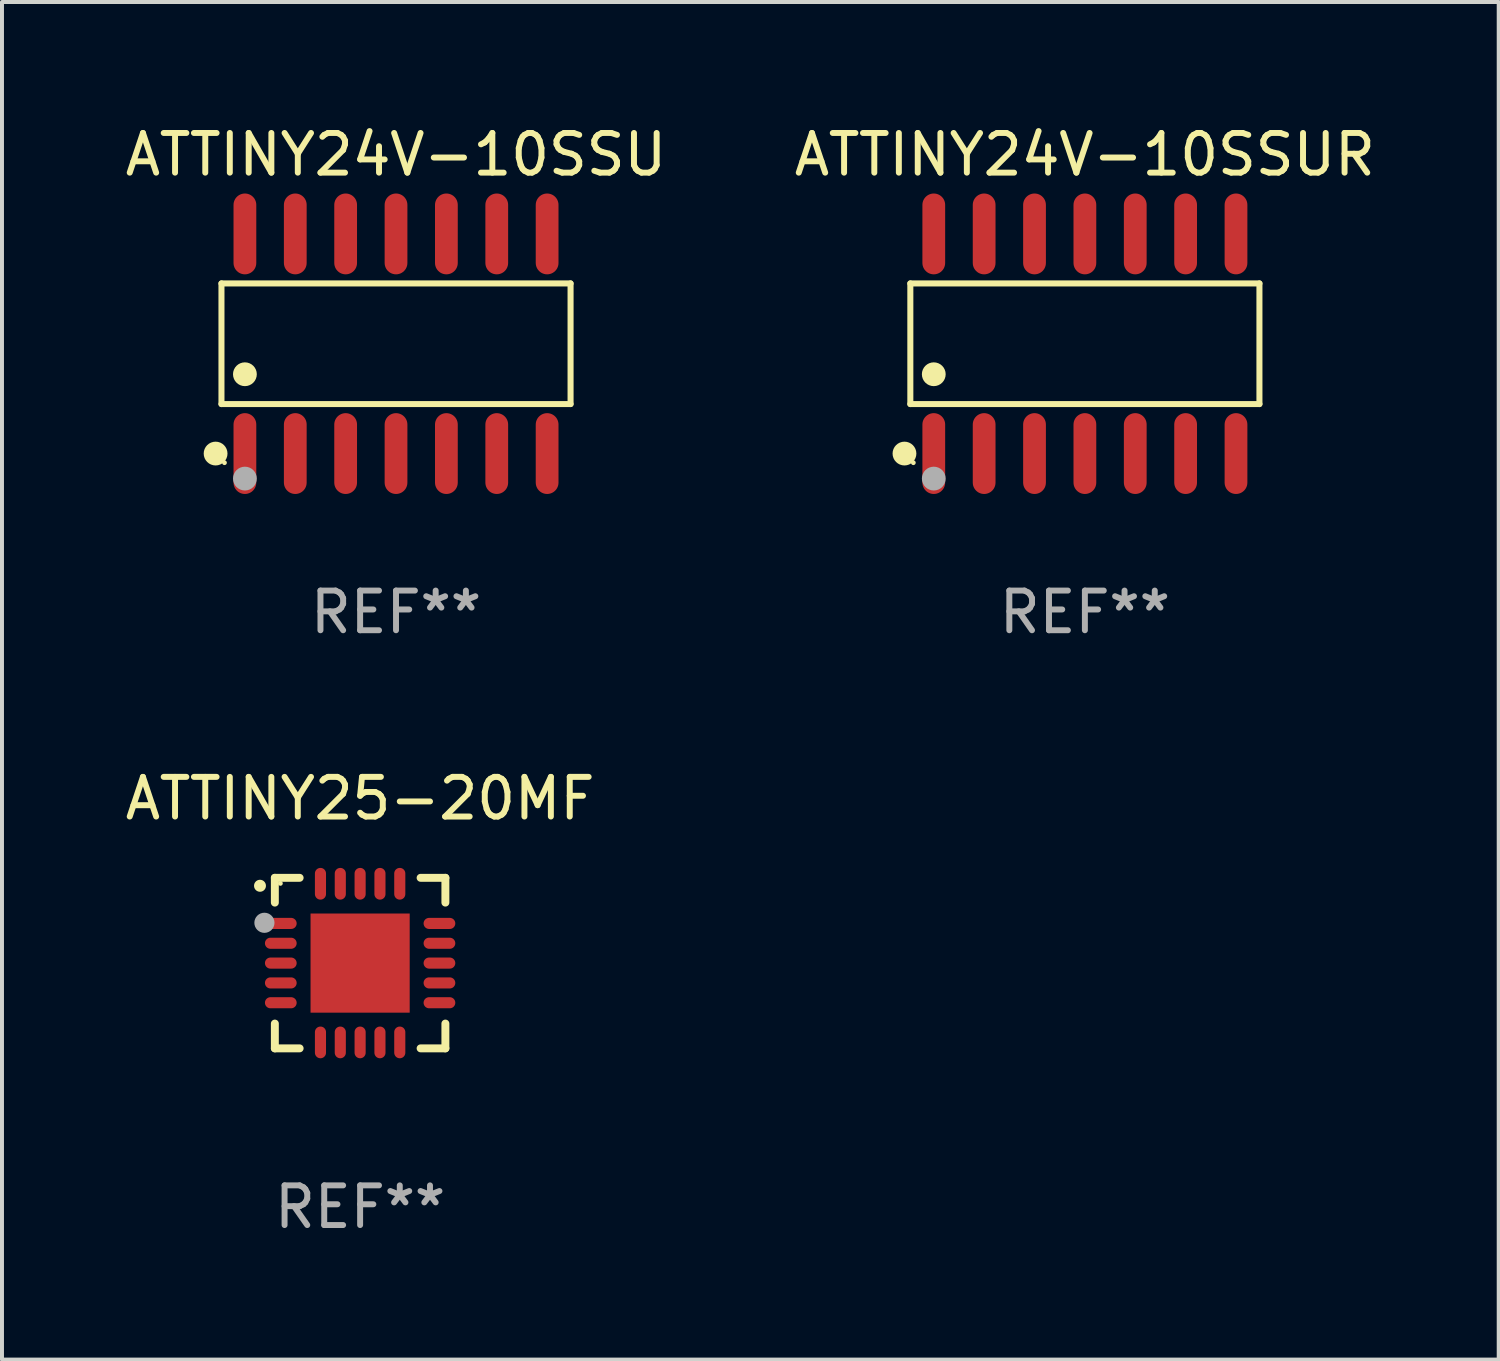
<source format=kicad_pcb>
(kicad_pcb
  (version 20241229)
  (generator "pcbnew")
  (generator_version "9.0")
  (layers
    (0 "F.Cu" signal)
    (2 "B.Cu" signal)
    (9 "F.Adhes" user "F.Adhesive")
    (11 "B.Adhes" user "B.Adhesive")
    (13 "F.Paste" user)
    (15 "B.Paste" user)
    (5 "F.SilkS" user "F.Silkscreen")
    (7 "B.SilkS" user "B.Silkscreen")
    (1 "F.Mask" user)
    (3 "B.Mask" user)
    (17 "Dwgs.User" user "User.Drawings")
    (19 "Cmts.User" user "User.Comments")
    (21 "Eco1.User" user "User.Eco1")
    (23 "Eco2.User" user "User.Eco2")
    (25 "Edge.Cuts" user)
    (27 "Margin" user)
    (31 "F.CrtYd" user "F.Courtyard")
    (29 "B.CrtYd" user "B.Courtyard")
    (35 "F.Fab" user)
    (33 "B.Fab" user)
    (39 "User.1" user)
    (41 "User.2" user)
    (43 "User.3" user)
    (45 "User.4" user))
  (footprint "ATTINY24V-10SSU"
    (layer "F.Cu")
    (at 6.935 5.617)
    (property "Reference" "ATTINY24V-10SSU" (at 0 -4.769 0) (layer "F.SilkS") (effects (font (size 1 1) (thickness 0.15))))
    (attr through_hole)
    (fp_line (start -4.401 -1.521) (end 4.401 -1.521) (stroke (width 0.152) (type solid)) (layer "F.SilkS"))
    (fp_line (start -4.401 1.521) (end -4.401 -1.521) (stroke (width 0.152) (type solid)) (layer "F.SilkS"))
    (fp_line (start 4.401 -1.521) (end 4.401 1.521) (stroke (width 0.152) (type solid)) (layer "F.SilkS"))
    (fp_line (start 4.401 1.521) (end -4.401 1.521) (stroke (width 0.152) (type solid)) (layer "F.SilkS"))
    (fp_circle (center -4.549 2.769) (end -4.399 2.769) (stroke (width 0.3) (type solid)) (fill no) (layer "F.SilkS"))
    (fp_circle (center -4.325 3) (end -4.295 3) (stroke (width 0.06) (type solid)) (fill no) (layer "F.SilkS"))
    (fp_circle (center -3.81 0.769) (end -3.66 0.769) (stroke (width 0.3) (type solid)) (fill no) (layer "F.SilkS"))
    (fp_circle (center -3.81 3.4) (end -3.66 3.4) (stroke (width 0.3) (type solid)) (fill no) (layer "F.Fab"))
    (fp_text user "REF**" (at 0 6.769 0) (layer "F.Fab") (effects (font (size 1 1) (thickness 0.15))))
    (pad "1" smd oval (at -3.81 2.769) (size 0.574 2.038) (layers "F.Cu" "F.Mask" "F.Paste"))
    (pad "2" smd oval (at -2.54 2.769) (size 0.574 2.038) (layers "F.Cu" "F.Mask" "F.Paste"))
    (pad "3" smd oval (at -1.27 2.769) (size 0.574 2.038) (layers "F.Cu" "F.Mask" "F.Paste"))
    (pad "4" smd oval (at 0 2.769) (size 0.574 2.038) (layers "F.Cu" "F.Mask" "F.Paste"))
    (pad "5" smd oval (at 1.27 2.769) (size 0.574 2.038) (layers "F.Cu" "F.Mask" "F.Paste"))
    (pad "6" smd oval (at 2.54 2.769) (size 0.574 2.038) (layers "F.Cu" "F.Mask" "F.Paste"))
    (pad "7" smd oval (at 3.81 2.769) (size 0.574 2.038) (layers "F.Cu" "F.Mask" "F.Paste"))
    (pad "8" smd oval (at 3.81 -2.769) (size 0.574 2.038) (layers "F.Cu" "F.Mask" "F.Paste"))
    (pad "9" smd oval (at 2.54 -2.769) (size 0.574 2.038) (layers "F.Cu" "F.Mask" "F.Paste"))
    (pad "10" smd oval (at 1.27 -2.769) (size 0.574 2.038) (layers "F.Cu" "F.Mask" "F.Paste"))
    (pad "11" smd oval (at 0 -2.769) (size 0.574 2.038) (layers "F.Cu" "F.Mask" "F.Paste"))
    (pad "12" smd oval (at -1.27 -2.769) (size 0.574 2.038) (layers "F.Cu" "F.Mask" "F.Paste"))
    (pad "13" smd oval (at -2.54 -2.769) (size 0.574 2.038) (layers "F.Cu" "F.Mask" "F.Paste"))
    (pad "14" smd oval (at -3.81 -2.769) (size 0.574 2.038) (layers "F.Cu" "F.Mask" "F.Paste")))
  (footprint "ATTINY25-20MF"
    (layer "F.Cu")
    (at 6.03 21.233)
    (property "Reference" "ATTINY25-20MF" (at 0 -4.15 0) (layer "F.SilkS") (effects (font (size 1 1) (thickness 0.15))))
    (attr through_hole)
    (fp_line (start -2.15 -2.15) (end -1.525 -2.15) (stroke (width 0.2) (type solid)) (layer "F.SilkS"))
    (fp_line (start -2.15 -1.525) (end -2.15 -2.15) (stroke (width 0.2) (type solid)) (layer "F.SilkS"))
    (fp_line (start -2.15 1.525) (end -2.15 2.15) (stroke (width 0.2) (type solid)) (layer "F.SilkS"))
    (fp_line (start -2.15 2.15) (end -1.525 2.15) (stroke (width 0.2) (type solid)) (layer "F.SilkS"))
    (fp_line (start 1.525 2.15) (end 2.15 2.15) (stroke (width 0.2) (type solid)) (layer "F.SilkS"))
    (fp_line (start 2.15 -2.15) (end 1.525 -2.15) (stroke (width 0.2) (type solid)) (layer "F.SilkS"))
    (fp_line (start 2.15 -1.525) (end 2.15 -2.15) (stroke (width 0.2) (type solid)) (layer "F.SilkS"))
    (fp_line (start 2.15 2.15) (end 2.15 1.525) (stroke (width 0.2) (type solid)) (layer "F.SilkS"))
    (fp_arc (start -2.524765 -1.948184) (mid -2.52477 -1.949454) (end -2.524765 -1.950724) (stroke (width 0.3) (type solid)) (layer "F.SilkS"))
    (fp_circle (center -2.01 -2.009) (end -1.98 -2.009) (stroke (width 0.06) (type solid)) (fill no) (layer "F.SilkS"))
    (fp_circle (center -2.413 -1.016) (end -2.286 -1.016) (stroke (width 0.254) (type solid)) (fill no) (layer "F.Fab"))
    (fp_text user "REF**" (at 0 6.15 0) (layer "F.Fab") (effects (font (size 1 1) (thickness 0.15))))
    (pad "1" smd oval (at -2 -1 90) (size 0.28 0.8) (layers "F.Cu" "F.Mask" "F.Paste"))
    (pad "2" smd oval (at -2 -0.5 90) (size 0.28 0.8) (layers "F.Cu" "F.Mask" "F.Paste"))
    (pad "3" smd oval (at -2 0.000076 90) (size 0.28 0.8) (layers "F.Cu" "F.Mask" "F.Paste"))
    (pad "4" smd oval (at -2 0.5 90) (size 0.28 0.8) (layers "F.Cu" "F.Mask" "F.Paste"))
    (pad "5" smd oval (at -2 1 90) (size 0.28 0.8) (layers "F.Cu" "F.Mask" "F.Paste"))
    (pad "6" smd oval (at -1 2) (size 0.28 0.8) (layers "F.Cu" "F.Mask" "F.Paste"))
    (pad "7" smd oval (at -0.5 2) (size 0.28 0.8) (layers "F.Cu" "F.Mask" "F.Paste"))
    (pad "8" smd oval (at -0.000076 2) (size 0.28 0.8) (layers "F.Cu" "F.Mask" "F.Paste"))
    (pad "9" smd oval (at 0.5 2) (size 0.28 0.8) (layers "F.Cu" "F.Mask" "F.Paste"))
    (pad "10" smd oval (at 1 2) (size 0.28 0.8) (layers "F.Cu" "F.Mask" "F.Paste"))
    (pad "11" smd oval (at 2 1 90) (size 0.28 0.8) (layers "F.Cu" "F.Mask" "F.Paste"))
    (pad "12" smd oval (at 2 0.5 90) (size 0.28 0.8) (layers "F.Cu" "F.Mask" "F.Paste"))
    (pad "13" smd oval (at 2 0.000076 90) (size 0.28 0.8) (layers "F.Cu" "F.Mask" "F.Paste"))
    (pad "14" smd oval (at 2 -0.5 90) (size 0.28 0.8) (layers "F.Cu" "F.Mask" "F.Paste"))
    (pad "15" smd oval (at 2 -1 90) (size 0.28 0.8) (layers "F.Cu" "F.Mask" "F.Paste"))
    (pad "16" smd oval (at 1 -2) (size 0.28 0.8) (layers "F.Cu" "F.Mask" "F.Paste"))
    (pad "17" smd oval (at 0.5 -2) (size 0.28 0.8) (layers "F.Cu" "F.Mask" "F.Paste"))
    (pad "18" smd oval (at -0.000076 -2) (size 0.28 0.8) (layers "F.Cu" "F.Mask" "F.Paste"))
    (pad "19" smd oval (at -0.5 -2) (size 0.28 0.8) (layers "F.Cu" "F.Mask" "F.Paste"))
    (pad "20" smd oval (at -1 -2) (size 0.28 0.8) (layers "F.Cu" "F.Mask" "F.Paste"))
    (pad "21" smd rect (at -0.000076 0.000076) (size 2.5 2.5) (layers "F.Cu" "F.Mask" "F.Paste")))
  (footprint "ATTINY24V-10SSUR"
    (layer "F.Cu")
    (at 24.304 5.617)
    (property "Reference" "ATTINY24V-10SSUR" (at 0 -4.769 0) (layer "F.SilkS") (effects (font (size 1 1) (thickness 0.15))))
    (attr through_hole)
    (fp_line (start -4.401 -1.521) (end 4.401 -1.521) (stroke (width 0.152) (type solid)) (layer "F.SilkS"))
    (fp_line (start -4.401 1.521) (end -4.401 -1.521) (stroke (width 0.152) (type solid)) (layer "F.SilkS"))
    (fp_line (start 4.401 -1.521) (end 4.401 1.521) (stroke (width 0.152) (type solid)) (layer "F.SilkS"))
    (fp_line (start 4.401 1.521) (end -4.401 1.521) (stroke (width 0.152) (type solid)) (layer "F.SilkS"))
    (fp_circle (center -4.549 2.769) (end -4.399 2.769) (stroke (width 0.3) (type solid)) (fill no) (layer "F.SilkS"))
    (fp_circle (center -4.325 3) (end -4.295 3) (stroke (width 0.06) (type solid)) (fill no) (layer "F.SilkS"))
    (fp_circle (center -3.81 0.769) (end -3.66 0.769) (stroke (width 0.3) (type solid)) (fill no) (layer "F.SilkS"))
    (fp_circle (center -3.81 3.4) (end -3.66 3.4) (stroke (width 0.3) (type solid)) (fill no) (layer "F.Fab"))
    (fp_text user "REF**" (at 0 6.769 0) (layer "F.Fab") (effects (font (size 1 1) (thickness 0.15))))
    (pad "1" smd oval (at -3.81 2.769) (size 0.574 2.038) (layers "F.Cu" "F.Mask" "F.Paste"))
    (pad "2" smd oval (at -2.54 2.769) (size 0.574 2.038) (layers "F.Cu" "F.Mask" "F.Paste"))
    (pad "3" smd oval (at -1.27 2.769) (size 0.574 2.038) (layers "F.Cu" "F.Mask" "F.Paste"))
    (pad "4" smd oval (at 0 2.769) (size 0.574 2.038) (layers "F.Cu" "F.Mask" "F.Paste"))
    (pad "5" smd oval (at 1.27 2.769) (size 0.574 2.038) (layers "F.Cu" "F.Mask" "F.Paste"))
    (pad "6" smd oval (at 2.54 2.769) (size 0.574 2.038) (layers "F.Cu" "F.Mask" "F.Paste"))
    (pad "7" smd oval (at 3.81 2.769) (size 0.574 2.038) (layers "F.Cu" "F.Mask" "F.Paste"))
    (pad "8" smd oval (at 3.81 -2.769) (size 0.574 2.038) (layers "F.Cu" "F.Mask" "F.Paste"))
    (pad "9" smd oval (at 2.54 -2.769) (size 0.574 2.038) (layers "F.Cu" "F.Mask" "F.Paste"))
    (pad "10" smd oval (at 1.27 -2.769) (size 0.574 2.038) (layers "F.Cu" "F.Mask" "F.Paste"))
    (pad "11" smd oval (at 0 -2.769) (size 0.574 2.038) (layers "F.Cu" "F.Mask" "F.Paste"))
    (pad "12" smd oval (at -1.27 -2.769) (size 0.574 2.038) (layers "F.Cu" "F.Mask" "F.Paste"))
    (pad "13" smd oval (at -2.54 -2.769) (size 0.574 2.038) (layers "F.Cu" "F.Mask" "F.Paste"))
    (pad "14" smd oval (at -3.81 -2.769) (size 0.574 2.038) (layers "F.Cu" "F.Mask" "F.Paste")))
  (gr_rect
    (start -3 -3)
    (end 34.738 31.231)
    (stroke (width 0.1) (type default))
    (fill no)
    (layer "Edge.Cuts")))
</source>
